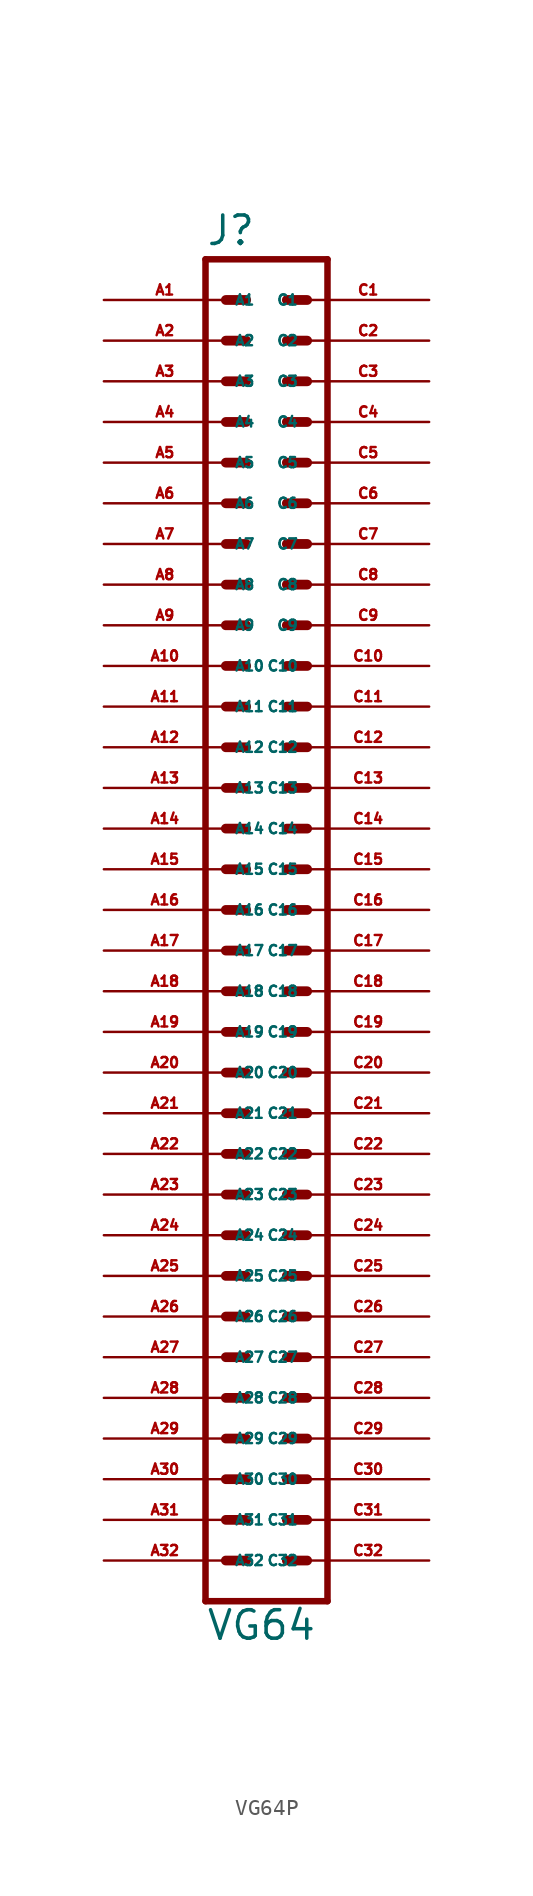
<source format=kicad_sym>
(kicad_symbol_lib
  (version 20220914)
  (generator Eagle2Kicad)
  (symbol "VG64P"
    (property "Reference" "J"
      (at -3.81 41.402 0)
      (effects (font (size 1.778 1.778) (thickness 0.22)) (justify left bottom)))
    (property "Value" "VG64"
      (at -3.81 -45.72 0)
      (effects (font (size 1.778 1.778) (thickness 0.22)) (justify left bottom)))
    (polyline
      (pts (xy 3.81 -43.18) (xy -3.81 -43.18))
      (stroke (width 0.406) (type default))
      (fill (type none)))
    (polyline
      (pts (xy -3.81 40.64) (xy -3.81 -43.18))
      (stroke (width 0.406) (type default))
      (fill (type none)))
    (polyline
      (pts (xy -3.81 40.64) (xy 3.81 40.64))
      (stroke (width 0.406) (type default))
      (fill (type none)))
    (polyline
      (pts (xy 3.81 -43.18) (xy 3.81 40.64))
      (stroke (width 0.406) (type default))
      (fill (type none)))
    (polyline
      (pts (xy 1.27 -40.64) (xy 2.54 -40.64))
      (stroke (width 0.61) (type default))
      (fill (type none)))
    (polyline
      (pts (xy 1.27 -38.1) (xy 2.54 -38.1))
      (stroke (width 0.61) (type default))
      (fill (type none)))
    (polyline
      (pts (xy 1.27 -35.56) (xy 2.54 -35.56))
      (stroke (width 0.61) (type default))
      (fill (type none)))
    (polyline
      (pts (xy 1.27 -33.02) (xy 2.54 -33.02))
      (stroke (width 0.61) (type default))
      (fill (type none)))
    (polyline
      (pts (xy 1.27 -30.48) (xy 2.54 -30.48))
      (stroke (width 0.61) (type default))
      (fill (type none)))
    (polyline
      (pts (xy 1.27 -27.94) (xy 2.54 -27.94))
      (stroke (width 0.61) (type default))
      (fill (type none)))
    (polyline
      (pts (xy 1.27 -25.4) (xy 2.54 -25.4))
      (stroke (width 0.61) (type default))
      (fill (type none)))
    (polyline
      (pts (xy 1.27 -22.86) (xy 2.54 -22.86))
      (stroke (width 0.61) (type default))
      (fill (type none)))
    (polyline
      (pts (xy 1.27 -20.32) (xy 2.54 -20.32))
      (stroke (width 0.61) (type default))
      (fill (type none)))
    (polyline
      (pts (xy 1.27 -17.78) (xy 2.54 -17.78))
      (stroke (width 0.61) (type default))
      (fill (type none)))
    (polyline
      (pts (xy 1.27 -15.24) (xy 2.54 -15.24))
      (stroke (width 0.61) (type default))
      (fill (type none)))
    (polyline
      (pts (xy 1.27 -12.7) (xy 2.54 -12.7))
      (stroke (width 0.61) (type default))
      (fill (type none)))
    (polyline
      (pts (xy 1.27 -10.16) (xy 2.54 -10.16))
      (stroke (width 0.61) (type default))
      (fill (type none)))
    (polyline
      (pts (xy 1.27 -7.62) (xy 2.54 -7.62))
      (stroke (width 0.61) (type default))
      (fill (type none)))
    (polyline
      (pts (xy 1.27 -5.08) (xy 2.54 -5.08))
      (stroke (width 0.61) (type default))
      (fill (type none)))
    (polyline
      (pts (xy 1.27 -2.54) (xy 2.54 -2.54))
      (stroke (width 0.61) (type default))
      (fill (type none)))
    (polyline
      (pts (xy 1.27 0) (xy 2.54 0))
      (stroke (width 0.61) (type default))
      (fill (type none)))
    (polyline
      (pts (xy 1.27 2.54) (xy 2.54 2.54))
      (stroke (width 0.61) (type default))
      (fill (type none)))
    (polyline
      (pts (xy 1.27 5.08) (xy 2.54 5.08))
      (stroke (width 0.61) (type default))
      (fill (type none)))
    (polyline
      (pts (xy 1.27 7.62) (xy 2.54 7.62))
      (stroke (width 0.61) (type default))
      (fill (type none)))
    (polyline
      (pts (xy 1.27 10.16) (xy 2.54 10.16))
      (stroke (width 0.61) (type default))
      (fill (type none)))
    (polyline
      (pts (xy 1.27 12.7) (xy 2.54 12.7))
      (stroke (width 0.61) (type default))
      (fill (type none)))
    (polyline
      (pts (xy 1.27 15.24) (xy 2.54 15.24))
      (stroke (width 0.61) (type default))
      (fill (type none)))
    (polyline
      (pts (xy 1.27 17.78) (xy 2.54 17.78))
      (stroke (width 0.61) (type default))
      (fill (type none)))
    (polyline
      (pts (xy 1.27 20.32) (xy 2.54 20.32))
      (stroke (width 0.61) (type default))
      (fill (type none)))
    (polyline
      (pts (xy 1.27 22.86) (xy 2.54 22.86))
      (stroke (width 0.61) (type default))
      (fill (type none)))
    (polyline
      (pts (xy 1.27 25.4) (xy 2.54 25.4))
      (stroke (width 0.61) (type default))
      (fill (type none)))
    (polyline
      (pts (xy 1.27 27.94) (xy 2.54 27.94))
      (stroke (width 0.61) (type default))
      (fill (type none)))
    (polyline
      (pts (xy 1.27 30.48) (xy 2.54 30.48))
      (stroke (width 0.61) (type default))
      (fill (type none)))
    (polyline
      (pts (xy 1.27 33.02) (xy 2.54 33.02))
      (stroke (width 0.61) (type default))
      (fill (type none)))
    (polyline
      (pts (xy 1.27 35.56) (xy 2.54 35.56))
      (stroke (width 0.61) (type default))
      (fill (type none)))
    (polyline
      (pts (xy 1.27 38.1) (xy 2.54 38.1))
      (stroke (width 0.61) (type default))
      (fill (type none)))
    (polyline
      (pts (xy -2.54 -40.64) (xy -1.27 -40.64))
      (stroke (width 0.61) (type default))
      (fill (type none)))
    (polyline
      (pts (xy -2.54 -38.1) (xy -1.27 -38.1))
      (stroke (width 0.61) (type default))
      (fill (type none)))
    (polyline
      (pts (xy -2.54 -35.56) (xy -1.27 -35.56))
      (stroke (width 0.61) (type default))
      (fill (type none)))
    (polyline
      (pts (xy -2.54 -33.02) (xy -1.27 -33.02))
      (stroke (width 0.61) (type default))
      (fill (type none)))
    (polyline
      (pts (xy -2.54 -30.48) (xy -1.27 -30.48))
      (stroke (width 0.61) (type default))
      (fill (type none)))
    (polyline
      (pts (xy -2.54 -27.94) (xy -1.27 -27.94))
      (stroke (width 0.61) (type default))
      (fill (type none)))
    (polyline
      (pts (xy -2.54 -25.4) (xy -1.27 -25.4))
      (stroke (width 0.61) (type default))
      (fill (type none)))
    (polyline
      (pts (xy -2.54 -22.86) (xy -1.27 -22.86))
      (stroke (width 0.61) (type default))
      (fill (type none)))
    (polyline
      (pts (xy -2.54 -20.32) (xy -1.27 -20.32))
      (stroke (width 0.61) (type default))
      (fill (type none)))
    (polyline
      (pts (xy -2.54 -17.78) (xy -1.27 -17.78))
      (stroke (width 0.61) (type default))
      (fill (type none)))
    (polyline
      (pts (xy -2.54 -15.24) (xy -1.27 -15.24))
      (stroke (width 0.61) (type default))
      (fill (type none)))
    (polyline
      (pts (xy -2.54 -12.7) (xy -1.27 -12.7))
      (stroke (width 0.61) (type default))
      (fill (type none)))
    (polyline
      (pts (xy -2.54 -10.16) (xy -1.27 -10.16))
      (stroke (width 0.61) (type default))
      (fill (type none)))
    (polyline
      (pts (xy -2.54 -7.62) (xy -1.27 -7.62))
      (stroke (width 0.61) (type default))
      (fill (type none)))
    (polyline
      (pts (xy -2.54 -5.08) (xy -1.27 -5.08))
      (stroke (width 0.61) (type default))
      (fill (type none)))
    (polyline
      (pts (xy -2.54 -2.54) (xy -1.27 -2.54))
      (stroke (width 0.61) (type default))
      (fill (type none)))
    (polyline
      (pts (xy -2.54 0) (xy -1.27 0))
      (stroke (width 0.61) (type default))
      (fill (type none)))
    (polyline
      (pts (xy -2.54 2.54) (xy -1.27 2.54))
      (stroke (width 0.61) (type default))
      (fill (type none)))
    (polyline
      (pts (xy -2.54 5.08) (xy -1.27 5.08))
      (stroke (width 0.61) (type default))
      (fill (type none)))
    (polyline
      (pts (xy -2.54 7.62) (xy -1.27 7.62))
      (stroke (width 0.61) (type default))
      (fill (type none)))
    (polyline
      (pts (xy -2.54 10.16) (xy -1.27 10.16))
      (stroke (width 0.61) (type default))
      (fill (type none)))
    (polyline
      (pts (xy -2.54 12.7) (xy -1.27 12.7))
      (stroke (width 0.61) (type default))
      (fill (type none)))
    (polyline
      (pts (xy -2.54 15.24) (xy -1.27 15.24))
      (stroke (width 0.61) (type default))
      (fill (type none)))
    (polyline
      (pts (xy -2.54 17.78) (xy -1.27 17.78))
      (stroke (width 0.61) (type default))
      (fill (type none)))
    (polyline
      (pts (xy -2.54 20.32) (xy -1.27 20.32))
      (stroke (width 0.61) (type default))
      (fill (type none)))
    (polyline
      (pts (xy -2.54 22.86) (xy -1.27 22.86))
      (stroke (width 0.61) (type default))
      (fill (type none)))
    (polyline
      (pts (xy -2.54 25.4) (xy -1.27 25.4))
      (stroke (width 0.61) (type default))
      (fill (type none)))
    (polyline
      (pts (xy -2.54 27.94) (xy -1.27 27.94))
      (stroke (width 0.61) (type default))
      (fill (type none)))
    (polyline
      (pts (xy -2.54 30.48) (xy -1.27 30.48))
      (stroke (width 0.61) (type default))
      (fill (type none)))
    (polyline
      (pts (xy -2.54 33.02) (xy -1.27 33.02))
      (stroke (width 0.61) (type default))
      (fill (type none)))
    (polyline
      (pts (xy -2.54 35.56) (xy -1.27 35.56))
      (stroke (width 0.61) (type default))
      (fill (type none)))
    (polyline
      (pts (xy -2.54 38.1) (xy -1.27 38.1))
      (stroke (width 0.61) (type default))
      (fill (type none)))
    (pin passive line
      (at 10.16 38.1 180)
      (length 7.62)
      (name "C1" (effects (font (size 0.635 0.635) (thickness 0.08)) (justify left bottom)))
      (number "C1" (effects (font (size 0.635 0.635) (thickness 0.08)) (justify left bottom))))
    (pin passive line
      (at 10.16 35.56 180)
      (length 7.62)
      (name "C2" (effects (font (size 0.635 0.635) (thickness 0.08)) (justify left bottom)))
      (number "C2" (effects (font (size 0.635 0.635) (thickness 0.08)) (justify left bottom))))
    (pin passive line
      (at 10.16 33.02 180)
      (length 7.62)
      (name "C3" (effects (font (size 0.635 0.635) (thickness 0.08)) (justify left bottom)))
      (number "C3" (effects (font (size 0.635 0.635) (thickness 0.08)) (justify left bottom))))
    (pin passive line
      (at 10.16 30.48 180)
      (length 7.62)
      (name "C4" (effects (font (size 0.635 0.635) (thickness 0.08)) (justify left bottom)))
      (number "C4" (effects (font (size 0.635 0.635) (thickness 0.08)) (justify left bottom))))
    (pin passive line
      (at 10.16 27.94 180)
      (length 7.62)
      (name "C5" (effects (font (size 0.635 0.635) (thickness 0.08)) (justify left bottom)))
      (number "C5" (effects (font (size 0.635 0.635) (thickness 0.08)) (justify left bottom))))
    (pin passive line
      (at 10.16 25.4 180)
      (length 7.62)
      (name "C6" (effects (font (size 0.635 0.635) (thickness 0.08)) (justify left bottom)))
      (number "C6" (effects (font (size 0.635 0.635) (thickness 0.08)) (justify left bottom))))
    (pin passive line
      (at 10.16 22.86 180)
      (length 7.62)
      (name "C7" (effects (font (size 0.635 0.635) (thickness 0.08)) (justify left bottom)))
      (number "C7" (effects (font (size 0.635 0.635) (thickness 0.08)) (justify left bottom))))
    (pin passive line
      (at 10.16 20.32 180)
      (length 7.62)
      (name "C8" (effects (font (size 0.635 0.635) (thickness 0.08)) (justify left bottom)))
      (number "C8" (effects (font (size 0.635 0.635) (thickness 0.08)) (justify left bottom))))
    (pin passive line
      (at 10.16 17.78 180)
      (length 7.62)
      (name "C9" (effects (font (size 0.635 0.635) (thickness 0.08)) (justify left bottom)))
      (number "C9" (effects (font (size 0.635 0.635) (thickness 0.08)) (justify left bottom))))
    (pin passive line
      (at 10.16 15.24 180)
      (length 7.62)
      (name "C10" (effects (font (size 0.635 0.635) (thickness 0.08)) (justify left bottom)))
      (number "C10" (effects (font (size 0.635 0.635) (thickness 0.08)) (justify left bottom))))
    (pin passive line
      (at 10.16 12.7 180)
      (length 7.62)
      (name "C11" (effects (font (size 0.635 0.635) (thickness 0.08)) (justify left bottom)))
      (number "C11" (effects (font (size 0.635 0.635) (thickness 0.08)) (justify left bottom))))
    (pin passive line
      (at 10.16 10.16 180)
      (length 7.62)
      (name "C12" (effects (font (size 0.635 0.635) (thickness 0.08)) (justify left bottom)))
      (number "C12" (effects (font (size 0.635 0.635) (thickness 0.08)) (justify left bottom))))
    (pin passive line
      (at 10.16 7.62 180)
      (length 7.62)
      (name "C13" (effects (font (size 0.635 0.635) (thickness 0.08)) (justify left bottom)))
      (number "C13" (effects (font (size 0.635 0.635) (thickness 0.08)) (justify left bottom))))
    (pin passive line
      (at 10.16 5.08 180)
      (length 7.62)
      (name "C14" (effects (font (size 0.635 0.635) (thickness 0.08)) (justify left bottom)))
      (number "C14" (effects (font (size 0.635 0.635) (thickness 0.08)) (justify left bottom))))
    (pin passive line
      (at 10.16 2.54 180)
      (length 7.62)
      (name "C15" (effects (font (size 0.635 0.635) (thickness 0.08)) (justify left bottom)))
      (number "C15" (effects (font (size 0.635 0.635) (thickness 0.08)) (justify left bottom))))
    (pin passive line
      (at 10.16 0 180)
      (length 7.62)
      (name "C16" (effects (font (size 0.635 0.635) (thickness 0.08)) (justify left bottom)))
      (number "C16" (effects (font (size 0.635 0.635) (thickness 0.08)) (justify left bottom))))
    (pin passive line
      (at 10.16 -2.54 180)
      (length 7.62)
      (name "C17" (effects (font (size 0.635 0.635) (thickness 0.08)) (justify left bottom)))
      (number "C17" (effects (font (size 0.635 0.635) (thickness 0.08)) (justify left bottom))))
    (pin passive line
      (at 10.16 -5.08 180)
      (length 7.62)
      (name "C18" (effects (font (size 0.635 0.635) (thickness 0.08)) (justify left bottom)))
      (number "C18" (effects (font (size 0.635 0.635) (thickness 0.08)) (justify left bottom))))
    (pin passive line
      (at 10.16 -7.62 180)
      (length 7.62)
      (name "C19" (effects (font (size 0.635 0.635) (thickness 0.08)) (justify left bottom)))
      (number "C19" (effects (font (size 0.635 0.635) (thickness 0.08)) (justify left bottom))))
    (pin passive line
      (at 10.16 -10.16 180)
      (length 7.62)
      (name "C20" (effects (font (size 0.635 0.635) (thickness 0.08)) (justify left bottom)))
      (number "C20" (effects (font (size 0.635 0.635) (thickness 0.08)) (justify left bottom))))
    (pin passive line
      (at 10.16 -12.7 180)
      (length 7.62)
      (name "C21" (effects (font (size 0.635 0.635) (thickness 0.08)) (justify left bottom)))
      (number "C21" (effects (font (size 0.635 0.635) (thickness 0.08)) (justify left bottom))))
    (pin passive line
      (at 10.16 -15.24 180)
      (length 7.62)
      (name "C22" (effects (font (size 0.635 0.635) (thickness 0.08)) (justify left bottom)))
      (number "C22" (effects (font (size 0.635 0.635) (thickness 0.08)) (justify left bottom))))
    (pin passive line
      (at 10.16 -17.78 180)
      (length 7.62)
      (name "C23" (effects (font (size 0.635 0.635) (thickness 0.08)) (justify left bottom)))
      (number "C23" (effects (font (size 0.635 0.635) (thickness 0.08)) (justify left bottom))))
    (pin passive line
      (at 10.16 -20.32 180)
      (length 7.62)
      (name "C24" (effects (font (size 0.635 0.635) (thickness 0.08)) (justify left bottom)))
      (number "C24" (effects (font (size 0.635 0.635) (thickness 0.08)) (justify left bottom))))
    (pin passive line
      (at 10.16 -22.86 180)
      (length 7.62)
      (name "C25" (effects (font (size 0.635 0.635) (thickness 0.08)) (justify left bottom)))
      (number "C25" (effects (font (size 0.635 0.635) (thickness 0.08)) (justify left bottom))))
    (pin passive line
      (at 10.16 -25.4 180)
      (length 7.62)
      (name "C26" (effects (font (size 0.635 0.635) (thickness 0.08)) (justify left bottom)))
      (number "C26" (effects (font (size 0.635 0.635) (thickness 0.08)) (justify left bottom))))
    (pin passive line
      (at 10.16 -27.94 180)
      (length 7.62)
      (name "C27" (effects (font (size 0.635 0.635) (thickness 0.08)) (justify left bottom)))
      (number "C27" (effects (font (size 0.635 0.635) (thickness 0.08)) (justify left bottom))))
    (pin passive line
      (at 10.16 -30.48 180)
      (length 7.62)
      (name "C28" (effects (font (size 0.635 0.635) (thickness 0.08)) (justify left bottom)))
      (number "C28" (effects (font (size 0.635 0.635) (thickness 0.08)) (justify left bottom))))
    (pin passive line
      (at 10.16 -33.02 180)
      (length 7.62)
      (name "C29" (effects (font (size 0.635 0.635) (thickness 0.08)) (justify left bottom)))
      (number "C29" (effects (font (size 0.635 0.635) (thickness 0.08)) (justify left bottom))))
    (pin passive line
      (at 10.16 -35.56 180)
      (length 7.62)
      (name "C30" (effects (font (size 0.635 0.635) (thickness 0.08)) (justify left bottom)))
      (number "C30" (effects (font (size 0.635 0.635) (thickness 0.08)) (justify left bottom))))
    (pin passive line
      (at 10.16 -38.1 180)
      (length 7.62)
      (name "C31" (effects (font (size 0.635 0.635) (thickness 0.08)) (justify left bottom)))
      (number "C31" (effects (font (size 0.635 0.635) (thickness 0.08)) (justify left bottom))))
    (pin passive line
      (at 10.16 -40.64 180)
      (length 7.62)
      (name "C32" (effects (font (size 0.635 0.635) (thickness 0.08)) (justify left bottom)))
      (number "C32" (effects (font (size 0.635 0.635) (thickness 0.08)) (justify left bottom))))
    (pin passive line
      (at -10.16 38.1 0)
      (length 7.62)
      (name "A1" (effects (font (size 0.635 0.635) (thickness 0.08)) (justify left bottom)))
      (number "A1" (effects (font (size 0.635 0.635) (thickness 0.08)) (justify left bottom))))
    (pin passive line
      (at -10.16 35.56 0)
      (length 7.62)
      (name "A2" (effects (font (size 0.635 0.635) (thickness 0.08)) (justify left bottom)))
      (number "A2" (effects (font (size 0.635 0.635) (thickness 0.08)) (justify left bottom))))
    (pin passive line
      (at -10.16 33.02 0)
      (length 7.62)
      (name "A3" (effects (font (size 0.635 0.635) (thickness 0.08)) (justify left bottom)))
      (number "A3" (effects (font (size 0.635 0.635) (thickness 0.08)) (justify left bottom))))
    (pin passive line
      (at -10.16 30.48 0)
      (length 7.62)
      (name "A4" (effects (font (size 0.635 0.635) (thickness 0.08)) (justify left bottom)))
      (number "A4" (effects (font (size 0.635 0.635) (thickness 0.08)) (justify left bottom))))
    (pin passive line
      (at -10.16 27.94 0)
      (length 7.62)
      (name "A5" (effects (font (size 0.635 0.635) (thickness 0.08)) (justify left bottom)))
      (number "A5" (effects (font (size 0.635 0.635) (thickness 0.08)) (justify left bottom))))
    (pin passive line
      (at -10.16 25.4 0)
      (length 7.62)
      (name "A6" (effects (font (size 0.635 0.635) (thickness 0.08)) (justify left bottom)))
      (number "A6" (effects (font (size 0.635 0.635) (thickness 0.08)) (justify left bottom))))
    (pin passive line
      (at -10.16 22.86 0)
      (length 7.62)
      (name "A7" (effects (font (size 0.635 0.635) (thickness 0.08)) (justify left bottom)))
      (number "A7" (effects (font (size 0.635 0.635) (thickness 0.08)) (justify left bottom))))
    (pin passive line
      (at -10.16 20.32 0)
      (length 7.62)
      (name "A8" (effects (font (size 0.635 0.635) (thickness 0.08)) (justify left bottom)))
      (number "A8" (effects (font (size 0.635 0.635) (thickness 0.08)) (justify left bottom))))
    (pin passive line
      (at -10.16 17.78 0)
      (length 7.62)
      (name "A9" (effects (font (size 0.635 0.635) (thickness 0.08)) (justify left bottom)))
      (number "A9" (effects (font (size 0.635 0.635) (thickness 0.08)) (justify left bottom))))
    (pin passive line
      (at -10.16 15.24 0)
      (length 7.62)
      (name "A10" (effects (font (size 0.635 0.635) (thickness 0.08)) (justify left bottom)))
      (number "A10" (effects (font (size 0.635 0.635) (thickness 0.08)) (justify left bottom))))
    (pin passive line
      (at -10.16 12.7 0)
      (length 7.62)
      (name "A11" (effects (font (size 0.635 0.635) (thickness 0.08)) (justify left bottom)))
      (number "A11" (effects (font (size 0.635 0.635) (thickness 0.08)) (justify left bottom))))
    (pin passive line
      (at -10.16 10.16 0)
      (length 7.62)
      (name "A12" (effects (font (size 0.635 0.635) (thickness 0.08)) (justify left bottom)))
      (number "A12" (effects (font (size 0.635 0.635) (thickness 0.08)) (justify left bottom))))
    (pin passive line
      (at -10.16 7.62 0)
      (length 7.62)
      (name "A13" (effects (font (size 0.635 0.635) (thickness 0.08)) (justify left bottom)))
      (number "A13" (effects (font (size 0.635 0.635) (thickness 0.08)) (justify left bottom))))
    (pin passive line
      (at -10.16 5.08 0)
      (length 7.62)
      (name "A14" (effects (font (size 0.635 0.635) (thickness 0.08)) (justify left bottom)))
      (number "A14" (effects (font (size 0.635 0.635) (thickness 0.08)) (justify left bottom))))
    (pin passive line
      (at -10.16 2.54 0)
      (length 7.62)
      (name "A15" (effects (font (size 0.635 0.635) (thickness 0.08)) (justify left bottom)))
      (number "A15" (effects (font (size 0.635 0.635) (thickness 0.08)) (justify left bottom))))
    (pin passive line
      (at -10.16 0 0)
      (length 7.62)
      (name "A16" (effects (font (size 0.635 0.635) (thickness 0.08)) (justify left bottom)))
      (number "A16" (effects (font (size 0.635 0.635) (thickness 0.08)) (justify left bottom))))
    (pin passive line
      (at -10.16 -2.54 0)
      (length 7.62)
      (name "A17" (effects (font (size 0.635 0.635) (thickness 0.08)) (justify left bottom)))
      (number "A17" (effects (font (size 0.635 0.635) (thickness 0.08)) (justify left bottom))))
    (pin passive line
      (at -10.16 -5.08 0)
      (length 7.62)
      (name "A18" (effects (font (size 0.635 0.635) (thickness 0.08)) (justify left bottom)))
      (number "A18" (effects (font (size 0.635 0.635) (thickness 0.08)) (justify left bottom))))
    (pin passive line
      (at -10.16 -7.62 0)
      (length 7.62)
      (name "A19" (effects (font (size 0.635 0.635) (thickness 0.08)) (justify left bottom)))
      (number "A19" (effects (font (size 0.635 0.635) (thickness 0.08)) (justify left bottom))))
    (pin passive line
      (at -10.16 -10.16 0)
      (length 7.62)
      (name "A20" (effects (font (size 0.635 0.635) (thickness 0.08)) (justify left bottom)))
      (number "A20" (effects (font (size 0.635 0.635) (thickness 0.08)) (justify left bottom))))
    (pin passive line
      (at -10.16 -12.7 0)
      (length 7.62)
      (name "A21" (effects (font (size 0.635 0.635) (thickness 0.08)) (justify left bottom)))
      (number "A21" (effects (font (size 0.635 0.635) (thickness 0.08)) (justify left bottom))))
    (pin passive line
      (at -10.16 -15.24 0)
      (length 7.62)
      (name "A22" (effects (font (size 0.635 0.635) (thickness 0.08)) (justify left bottom)))
      (number "A22" (effects (font (size 0.635 0.635) (thickness 0.08)) (justify left bottom))))
    (pin passive line
      (at -10.16 -17.78 0)
      (length 7.62)
      (name "A23" (effects (font (size 0.635 0.635) (thickness 0.08)) (justify left bottom)))
      (number "A23" (effects (font (size 0.635 0.635) (thickness 0.08)) (justify left bottom))))
    (pin passive line
      (at -10.16 -20.32 0)
      (length 7.62)
      (name "A24" (effects (font (size 0.635 0.635) (thickness 0.08)) (justify left bottom)))
      (number "A24" (effects (font (size 0.635 0.635) (thickness 0.08)) (justify left bottom))))
    (pin passive line
      (at -10.16 -22.86 0)
      (length 7.62)
      (name "A25" (effects (font (size 0.635 0.635) (thickness 0.08)) (justify left bottom)))
      (number "A25" (effects (font (size 0.635 0.635) (thickness 0.08)) (justify left bottom))))
    (pin passive line
      (at -10.16 -25.4 0)
      (length 7.62)
      (name "A26" (effects (font (size 0.635 0.635) (thickness 0.08)) (justify left bottom)))
      (number "A26" (effects (font (size 0.635 0.635) (thickness 0.08)) (justify left bottom))))
    (pin passive line
      (at -10.16 -27.94 0)
      (length 7.62)
      (name "A27" (effects (font (size 0.635 0.635) (thickness 0.08)) (justify left bottom)))
      (number "A27" (effects (font (size 0.635 0.635) (thickness 0.08)) (justify left bottom))))
    (pin passive line
      (at -10.16 -30.48 0)
      (length 7.62)
      (name "A28" (effects (font (size 0.635 0.635) (thickness 0.08)) (justify left bottom)))
      (number "A28" (effects (font (size 0.635 0.635) (thickness 0.08)) (justify left bottom))))
    (pin passive line
      (at -10.16 -33.02 0)
      (length 7.62)
      (name "A29" (effects (font (size 0.635 0.635) (thickness 0.08)) (justify left bottom)))
      (number "A29" (effects (font (size 0.635 0.635) (thickness 0.08)) (justify left bottom))))
    (pin passive line
      (at -10.16 -35.56 0)
      (length 7.62)
      (name "A30" (effects (font (size 0.635 0.635) (thickness 0.08)) (justify left bottom)))
      (number "A30" (effects (font (size 0.635 0.635) (thickness 0.08)) (justify left bottom))))
    (pin passive line
      (at -10.16 -38.1 0)
      (length 7.62)
      (name "A31" (effects (font (size 0.635 0.635) (thickness 0.08)) (justify left bottom)))
      (number "A31" (effects (font (size 0.635 0.635) (thickness 0.08)) (justify left bottom))))
    (pin passive line
      (at -10.16 -40.64 0)
      (length 7.62)
      (name "A32" (effects (font (size 0.635 0.635) (thickness 0.08)) (justify left bottom)))
      (number "A32" (effects (font (size 0.635 0.635) (thickness 0.08)) (justify left bottom))))))
</source>
